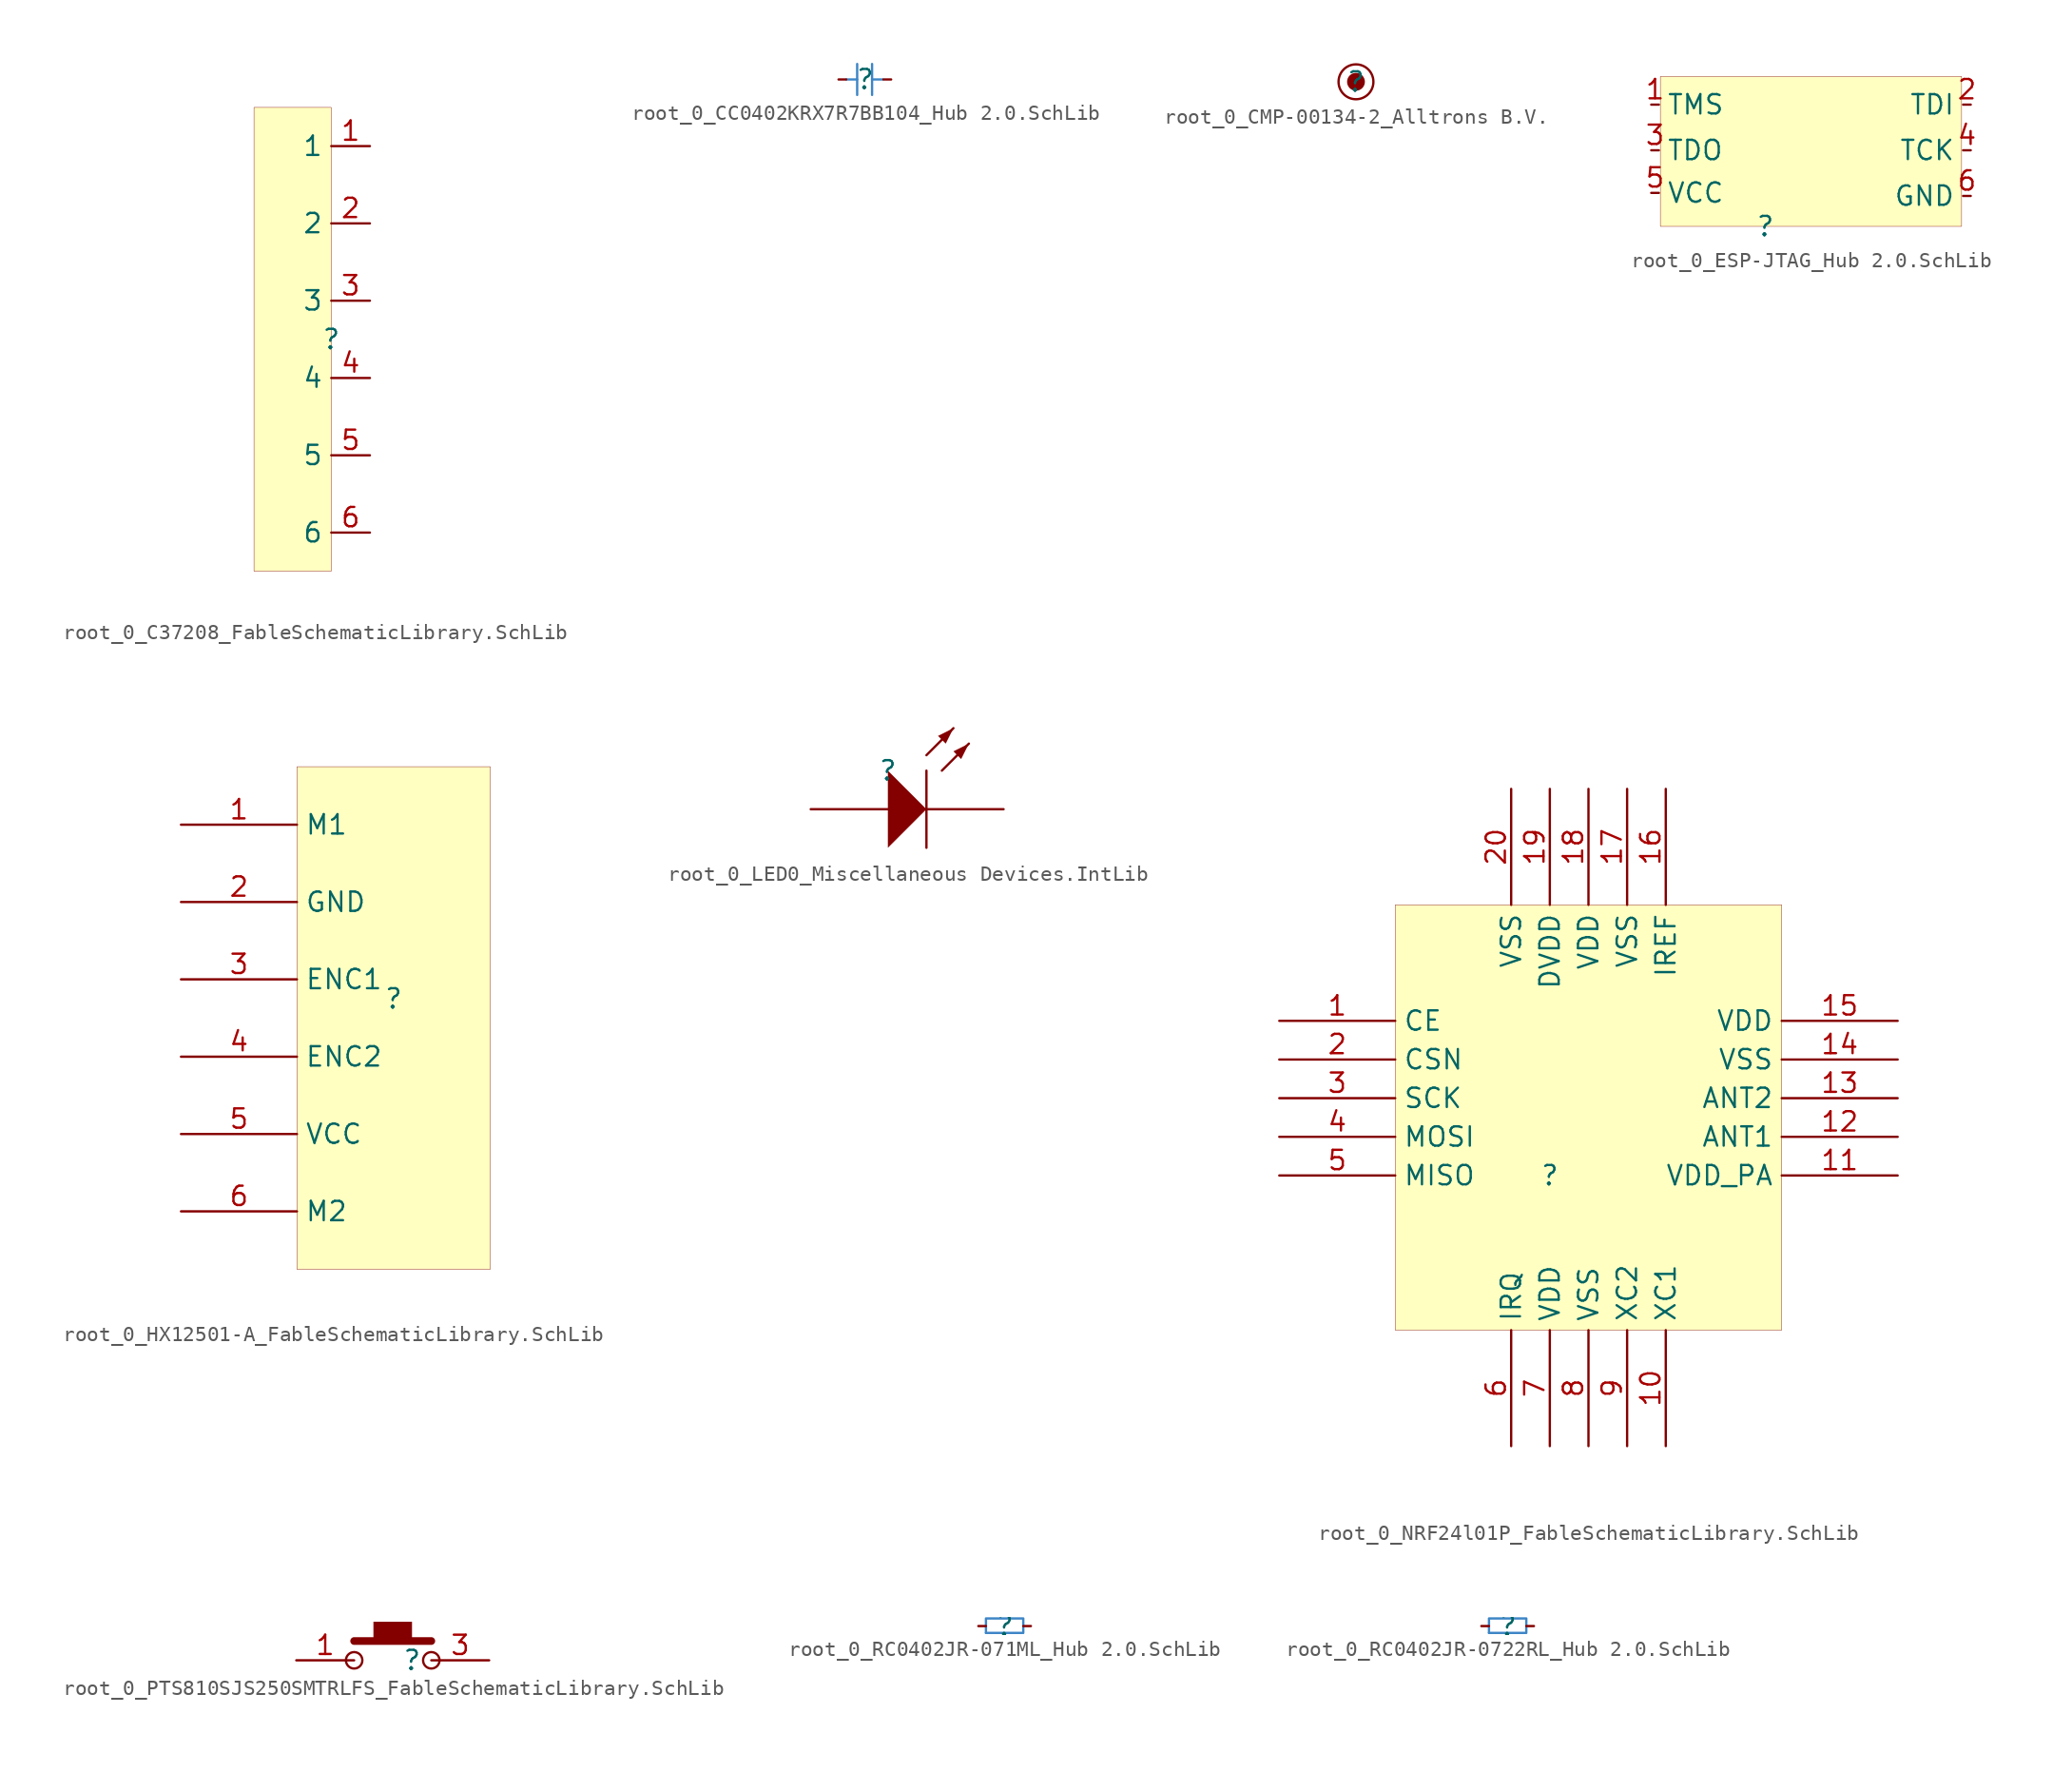
<source format=kicad_sym>
(kicad_symbol_lib
  (version 20241209)
  (generator "kicad_symbol_editor")
  (generator_version "9.0")
  (symbol "root_0_C37208_FableSchematicLibrary.SchLib"
    (property "Reference" ""
      (at 0 0 0)
      (effects (font (size 1.27 1.27))))
    (property "Value" ""
      (at 0 0 0)
      (effects (font (size 1.27 1.27))))
    (symbol "root_0_C37208_FableSchematicLibrary.SchLib_1_0"
      (rectangle (start 0 15.24) (end -5.08 -15.24) (stroke (width 0.025) (type solid) (color 128 0 0 1)) (fill (type background)))
      (pin passive line (at 2.54 12.7 180) (length 2.54) (name "1" (effects (font (size 1.27 1.27)))) (number "1" (effects (font (size 1.27 1.27)))))
      (pin passive line (at 2.54 7.62 180) (length 2.54) (name "2" (effects (font (size 1.27 1.27)))) (number "2" (effects (font (size 1.27 1.27)))))
      (pin passive line (at 2.54 2.54 180) (length 2.54) (name "3" (effects (font (size 1.27 1.27)))) (number "3" (effects (font (size 1.27 1.27)))))
      (pin passive line (at 2.54 -2.54 180) (length 2.54) (name "4" (effects (font (size 1.27 1.27)))) (number "4" (effects (font (size 1.27 1.27)))))
      (pin passive line (at 2.54 -7.62 180) (length 2.54) (name "5" (effects (font (size 1.27 1.27)))) (number "5" (effects (font (size 1.27 1.27)))))
      (pin passive line (at 2.54 -12.7 180) (length 2.54) (name "6" (effects (font (size 1.27 1.27)))) (number "6" (effects (font (size 1.27 1.27)))))))
  (symbol "root_0_CC0402KRX7R7BB104_Hub 2.0.SchLib"
    (pin_numbers
      (hide yes))
    (pin_names
      (hide yes))
    (property "Reference" ""
      (at 0 0 0)
      (effects (font (size 1.27 1.27))))
    (property "Value" ""
      (at 0 0 0)
      (effects (font (size 1.27 1.27))))
    (symbol "root_0_CC0402KRX7R7BB104_Hub 2.0.SchLib_1_0"
      (polyline (pts (xy -1.228 0) (xy -0.528 0) (xy -0.528 1.016)) (stroke (width 0) (type solid) (color 61 133 198 1)) (fill (type none)))
      (polyline (pts (xy -0.528 0) (xy -0.528 -1.016)) (stroke (width 0) (type solid) (color 61 133 198 1)) (fill (type none)))
      (polyline (pts (xy 0.45 0) (xy 0.45 1.016)) (stroke (width 0) (type solid) (color 61 133 198 1)) (fill (type none)))
      (polyline (pts (xy 1.15 0) (xy 0.45 0) (xy 0.45 -1.016)) (stroke (width 0) (type solid) (color 61 133 198 1)) (fill (type none)))
      (pin passive line (at -1.75 0 0) (length 0.5) (name "1" (effects (font (size 1.27 1.27)))) (number "1" (effects (font (size 1.27 1.27)))))
      (pin passive line (at 1.7 0 180) (length 0.5) (name "2" (effects (font (size 1.27 1.27)))) (number "2" (effects (font (size 1.27 1.27)))))))
  (symbol "root_0_CMP-00134-2_Alltrons B.V."
    (pin_numbers
      (hide yes))
    (pin_names
      (hide yes))
    (property "Reference" ""
      (at 0 0 0)
      (effects (font (size 1.27 1.27))))
    (property "Value" ""
      (at 0 0 0)
      (effects (font (size 1.27 1.27))))
    (symbol "root_0_CMP-00134-2_Alltrons B.V._1_0"
      (circle (center 0 0) (radius 0.508) (stroke (width 0) (type solid)) (fill (type outline)))
      (circle (center 0 0) (radius 1.143) (stroke (width 0) (type solid)) (fill (type none)))))
  (symbol "root_0_ESP-JTAG_Hub 2.0.SchLib"
    (property "Reference" ""
      (at 0 0 0)
      (effects (font (size 1.27 1.27))))
    (property "Value" ""
      (at 0 0 0)
      (effects (font (size 1.27 1.27))))
    (symbol "root_0_ESP-JTAG_Hub 2.0.SchLib_1_0"
      (rectangle (start 12.9 9.85) (end -6.9 0) (stroke (width 0.025) (type solid) (color 128 0 0 1)) (fill (type background)))
      (pin passive line (at -7.5 8 0) (length 0.5) (name "TMS" (effects (font (size 1.27 1.27)))) (number "1" (effects (font (size 1.27 1.27)))))
      (pin passive line (at -7.5 5 0) (length 0.5) (name "TDO" (effects (font (size 1.27 1.27)))) (number "3" (effects (font (size 1.27 1.27)))))
      (pin passive line (at -7.5 2.2 0) (length 0.5) (name "VCC" (effects (font (size 1.27 1.27)))) (number "5" (effects (font (size 1.27 1.27)))))
      (pin passive line (at 13.5 8 180) (length 0.5) (name "TDI" (effects (font (size 1.27 1.27)))) (number "2" (effects (font (size 1.27 1.27)))))
      (pin passive line (at 13.5 5 180) (length 0.5) (name "TCK" (effects (font (size 1.27 1.27)))) (number "4" (effects (font (size 1.27 1.27)))))
      (pin passive line (at 13.5 2 180) (length 0.5) (name "GND" (effects (font (size 1.27 1.27)))) (number "6" (effects (font (size 1.27 1.27)))))))
  (symbol "root_0_HX12501-A_FableSchematicLibrary.SchLib"
    (property "Reference" ""
      (at 0 0 0)
      (effects (font (size 1.27 1.27))))
    (property "Value" ""
      (at 0 0 0)
      (effects (font (size 1.27 1.27))))
    (symbol "root_0_HX12501-A_FableSchematicLibrary.SchLib_1_0"
      (rectangle (start 6.35 15.24) (end -6.35 -17.78) (stroke (width 0.025) (type solid) (color 128 0 0 1)) (fill (type background)))
      (pin input line (at -13.97 11.43 0) (length 7.62) (name "M1" (effects (font (size 1.27 1.27)))) (number "1" (effects (font (size 1.27 1.27)))))
      (pin power_in line (at -13.97 6.35 0) (length 7.62) (name "GND" (effects (font (size 1.27 1.27)))) (number "2" (effects (font (size 1.27 1.27)))))
      (pin output line (at -13.97 1.27 0) (length 7.62) (name "ENC1" (effects (font (size 1.27 1.27)))) (number "3" (effects (font (size 1.27 1.27)))))
      (pin output line (at -13.97 -3.81 0) (length 7.62) (name "ENC2" (effects (font (size 1.27 1.27)))) (number "4" (effects (font (size 1.27 1.27)))))
      (pin power_in line (at -13.97 -8.89 0) (length 7.62) (name "VCC" (effects (font (size 1.27 1.27)))) (number "5" (effects (font (size 1.27 1.27)))))
      (pin input line (at -13.97 -13.97 0) (length 7.62) (name "M2" (effects (font (size 1.27 1.27)))) (number "6" (effects (font (size 1.27 1.27)))))))
  (symbol "root_0_LED0_Miscellaneous Devices.IntLib"
    (pin_numbers
      (hide yes))
    (pin_names
      (hide yes))
    (property "Reference" ""
      (at 0 0 0)
      (effects (font (size 1.27 1.27))))
    (property "Value" ""
      (at 0 0 0)
      (effects (font (size 1.27 1.27))))
    (symbol "root_0_LED0_Miscellaneous Devices.IntLib_1_0"
      (polyline (pts (xy 0 -5.08) (xy 2.54 -2.54) (xy 0 0) (xy 0 -5.08)) (stroke (width -0.0001) (type solid)) (fill (type outline)))
      (polyline (pts (xy 2.54 1.016) (xy 4.318 2.794)) (stroke (width 0) (type solid)) (fill (type none)))
      (polyline (pts (xy 2.54 0) (xy 2.54 -5.08)) (stroke (width 0) (type solid)) (fill (type none)))
      (polyline (pts (xy 3.556 0) (xy 5.334 1.778)) (stroke (width 0) (type solid)) (fill (type none)))
      (polyline (pts (xy 4.318 2.794) (xy 3.302 2.286) (xy 3.81 1.778) (xy 4.318 2.794)) (stroke (width -0.0001) (type solid)) (fill (type outline)))
      (polyline (pts (xy 5.334 1.778) (xy 4.318 1.27) (xy 4.826 0.762) (xy 5.334 1.778)) (stroke (width -0.0001) (type solid)) (fill (type outline)))
      (pin passive line (at -5.08 -2.54 0) (length 5.08) (name "A" (effects (font (size 1.27 1.27)))) (number "1" (effects (font (size 1.27 1.27)))))
      (pin passive line (at 7.62 -2.54 180) (length 5.08) (name "K" (effects (font (size 1.27 1.27)))) (number "2" (effects (font (size 1.27 1.27)))))))
  (symbol "root_0_NRF24l01P_FableSchematicLibrary.SchLib"
    (property "Reference" ""
      (at 0 0 0)
      (effects (font (size 1.27 1.27))))
    (property "Value" ""
      (at 0 0 0)
      (effects (font (size 1.27 1.27))))
    (symbol "root_0_NRF24l01P_FableSchematicLibrary.SchLib_1_0"
      (rectangle (start 15.24 17.78) (end -10.16 -10.16) (stroke (width 0.025) (type solid) (color 128 0 0 1)) (fill (type background)))
      (pin input line (at -17.78 10.16 0) (length 7.62) (name "CE" (effects (font (size 1.27 1.27)))) (number "1" (effects (font (size 1.27 1.27)))))
      (pin input line (at -17.78 7.62 0) (length 7.62) (name "CSN" (effects (font (size 1.27 1.27)))) (number "2" (effects (font (size 1.27 1.27)))))
      (pin input line (at -17.78 5.08 0) (length 7.62) (name "SCK" (effects (font (size 1.27 1.27)))) (number "3" (effects (font (size 1.27 1.27)))))
      (pin input line (at -17.78 2.54 0) (length 7.62) (name "MOSI" (effects (font (size 1.27 1.27)))) (number "4" (effects (font (size 1.27 1.27)))))
      (pin output line (at -17.78 0 0) (length 7.62) (name "MISO" (effects (font (size 1.27 1.27)))) (number "5" (effects (font (size 1.27 1.27)))))
      (pin power_in line (at -2.54 25.4 270) (length 7.62) (name "VSS" (effects (font (size 1.27 1.27)))) (number "20" (effects (font (size 1.27 1.27)))))
      (pin output line (at -2.54 -17.78 90) (length 7.62) (name "IRQ" (effects (font (size 1.27 1.27)))) (number "6" (effects (font (size 1.27 1.27)))))
      (pin power_in line (at 0 25.4 270) (length 7.62) (name "DVDD" (effects (font (size 1.27 1.27)))) (number "19" (effects (font (size 1.27 1.27)))))
      (pin power_in line (at 0 -17.78 90) (length 7.62) (name "VDD" (effects (font (size 1.27 1.27)))) (number "7" (effects (font (size 1.27 1.27)))))
      (pin power_in line (at 2.54 25.4 270) (length 7.62) (name "VDD" (effects (font (size 1.27 1.27)))) (number "18" (effects (font (size 1.27 1.27)))))
      (pin power_in line (at 2.54 -17.78 90) (length 7.62) (name "VSS" (effects (font (size 1.27 1.27)))) (number "8" (effects (font (size 1.27 1.27)))))
      (pin power_in line (at 5.08 25.4 270) (length 7.62) (name "VSS" (effects (font (size 1.27 1.27)))) (number "17" (effects (font (size 1.27 1.27)))))
      (pin output line (at 5.08 -17.78 90) (length 7.62) (name "XC2" (effects (font (size 1.27 1.27)))) (number "9" (effects (font (size 1.27 1.27)))))
      (pin input line (at 7.62 25.4 270) (length 7.62) (name "IREF" (effects (font (size 1.27 1.27)))) (number "16" (effects (font (size 1.27 1.27)))))
      (pin input line (at 7.62 -17.78 90) (length 7.62) (name "XC1" (effects (font (size 1.27 1.27)))) (number "10" (effects (font (size 1.27 1.27)))))
      (pin power_in line (at 22.86 10.16 180) (length 7.62) (name "VDD" (effects (font (size 1.27 1.27)))) (number "15" (effects (font (size 1.27 1.27)))))
      (pin power_in line (at 22.86 7.62 180) (length 7.62) (name "VSS" (effects (font (size 1.27 1.27)))) (number "14" (effects (font (size 1.27 1.27)))))
      (pin open_emitter line (at 22.86 5.08 180) (length 7.62) (name "ANT2" (effects (font (size 1.27 1.27)))) (number "13" (effects (font (size 1.27 1.27)))))
      (pin open_emitter line (at 22.86 2.54 180) (length 7.62) (name "ANT1" (effects (font (size 1.27 1.27)))) (number "12" (effects (font (size 1.27 1.27)))))
      (pin power_in line (at 22.86 0 180) (length 7.62) (name "VDD_PA" (effects (font (size 1.27 1.27)))) (number "11" (effects (font (size 1.27 1.27)))))))
  (symbol "root_0_PTS810SJS250SMTRLFS_FableSchematicLibrary.SchLib"
    (pin_names
      (hide yes))
    (property "Reference" ""
      (at 0 0 0)
      (effects (font (size 1.27 1.27))))
    (property "Value" ""
      (at 0 0 0)
      (effects (font (size 1.27 1.27))))
    (symbol "root_0_PTS810SJS250SMTRLFS_FableSchematicLibrary.SchLib_1_0"
      (polyline (pts (xy -3.81 1.27) (xy 1.27 1.27)) (stroke (width 0.508) (type solid)) (fill (type none)))
      (circle (center -3.81 0) (radius 0.541) (stroke (width 0) (type solid)) (fill (type none)))
      (rectangle (start 0 2.54) (end -2.54 1.27) (stroke (width -0.0001) (type solid)) (fill (type outline)))
      (circle (center 1.27 0) (radius 0.541) (stroke (width 0) (type solid)) (fill (type none)))
      (pin power_in line (at -7.62 0 0) (length 3.81) (name "1" (effects (font (size 1.27 1.27)))) (number "1" (effects (font (size 1.27 1.27)))))
      (pin power_in line (at 5.08 0 180) (length 3.81) (name "3" (effects (font (size 1.27 1.27)))) (number "3" (effects (font (size 1.27 1.27)))))))
  (symbol "root_0_RC0402JR-071ML_Hub 2.0.SchLib"
    (pin_numbers
      (hide yes))
    (pin_names
      (hide yes))
    (property "Reference" ""
      (at 0 0 0)
      (effects (font (size 1.27 1.27))))
    (property "Value" ""
      (at 0 0 0)
      (effects (font (size 1.27 1.27))))
    (symbol "root_0_RC0402JR-071ML_Hub 2.0.SchLib_1_0"
      (polyline (pts (xy -1.25 -0.45) (xy 1.15 -0.45)) (stroke (width 0) (type solid) (color 61 133 198 1)) (fill (type none)))
      (polyline (pts (xy -1.25 -0.45) (xy -1.25 0.5) (xy 1.2 0.5) (xy 1.2 -0.45)) (stroke (width 0) (type solid) (color 61 133 198 1)) (fill (type none)))
      (pin passive line (at -1.75 0 0) (length 0.5) (name "1" (effects (font (size 1.27 1.27)))) (number "1" (effects (font (size 1.27 1.27)))))
      (pin passive line (at 1.7 0 180) (length 0.5) (name "2" (effects (font (size 1.27 1.27)))) (number "2" (effects (font (size 1.27 1.27)))))))
  (symbol "root_0_RC0402JR-0722RL_Hub 2.0.SchLib"
    (pin_numbers
      (hide yes))
    (pin_names
      (hide yes))
    (property "Reference" ""
      (at 0 0 0)
      (effects (font (size 1.27 1.27))))
    (property "Value" ""
      (at 0 0 0)
      (effects (font (size 1.27 1.27))))
    (symbol "root_0_RC0402JR-0722RL_Hub 2.0.SchLib_1_0"
      (polyline (pts (xy -1.25 -0.45) (xy 1.15 -0.45)) (stroke (width 0) (type solid) (color 61 133 198 1)) (fill (type none)))
      (polyline (pts (xy -1.25 -0.45) (xy -1.25 0.5) (xy 1.2 0.5) (xy 1.2 -0.45)) (stroke (width 0) (type solid) (color 61 133 198 1)) (fill (type none)))
      (pin passive line (at -1.75 0 0) (length 0.5) (name "1" (effects (font (size 1.27 1.27)))) (number "1" (effects (font (size 1.27 1.27)))))
      (pin passive line (at 1.7 0 180) (length 0.5) (name "2" (effects (font (size 1.27 1.27)))) (number "2" (effects (font (size 1.27 1.27))))))))
</source>
